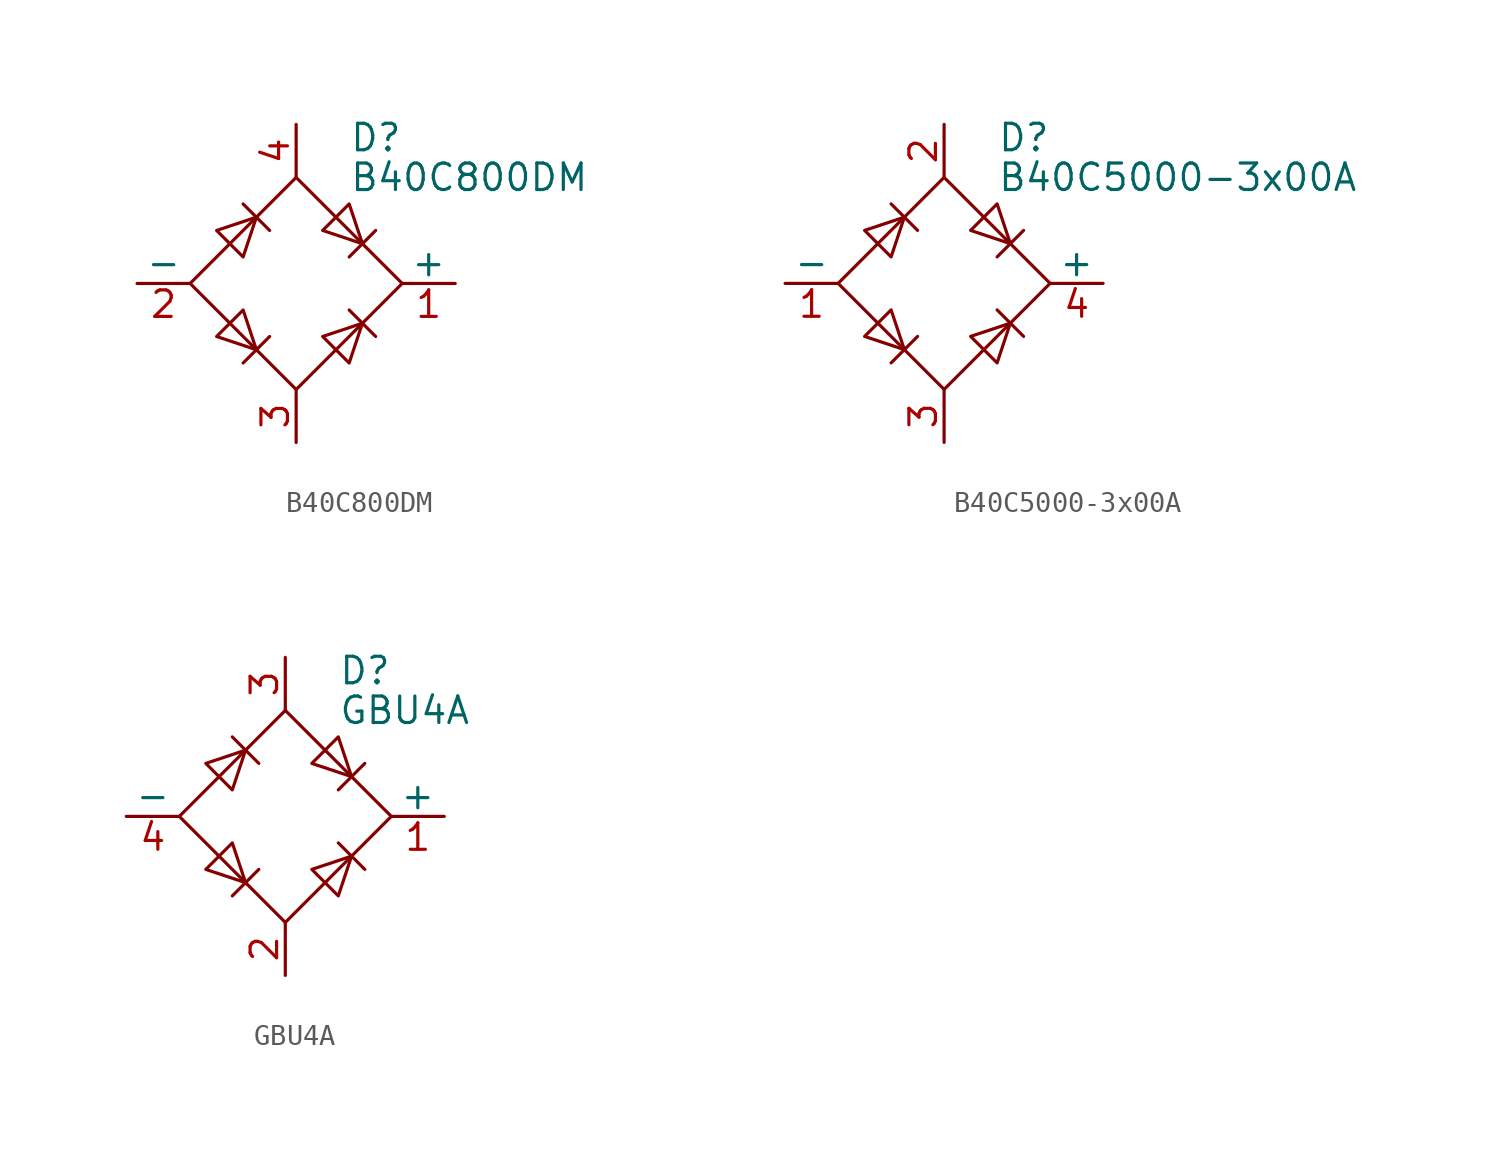
<source format=kicad_sym>
(kicad_symbol_lib
  (version 20201005)
  (generator kicad_symbol_editor)
  (symbol "B40C800DM"
    (pin_names
      (offset 0))
    (property "Reference" "D"
      (at 2.54 6.985 0)
      (effects (font (size 1.27 1.27)) (justify left)))
    (property "Value" "B40C800DM"
      (at 2.54 5.08 0)
      (effects (font (size 1.27 1.27)) (justify left)))
    (symbol "B40C800DM_0_1"
      (polyline (pts (xy -2.54 3.81) (xy -1.27 2.54)) (stroke (width 0)) (fill (type none)))
      (polyline (pts (xy -1.27 -2.54) (xy -2.54 -3.81)) (stroke (width 0)) (fill (type none)))
      (polyline (pts (xy 2.54 -1.27) (xy 3.81 -2.54)) (stroke (width 0)) (fill (type none)))
      (polyline (pts (xy 2.54 1.27) (xy 3.81 2.54)) (stroke (width 0)) (fill (type none)))
      (polyline (pts (xy -3.81 2.54) (xy -2.54 1.27) (xy -1.905 3.175) (xy -3.81 2.54)) (stroke (width 0)) (fill (type none)))
      (polyline (pts (xy -2.54 -1.27) (xy -3.81 -2.54) (xy -1.905 -3.175) (xy -2.54 -1.27)) (stroke (width 0)) (fill (type none)))
      (polyline (pts (xy 1.27 2.54) (xy 2.54 3.81) (xy 3.175 1.905) (xy 1.27 2.54)) (stroke (width 0)) (fill (type none)))
      (polyline (pts (xy 3.175 -1.905) (xy 1.27 -2.54) (xy 2.54 -3.81) (xy 3.175 -1.905)) (stroke (width 0)) (fill (type none)))
      (polyline (pts (xy -5.08 0) (xy 0 -5.08) (xy 5.08 0) (xy 0 5.08) (xy -5.08 0)) (stroke (width 0)) (fill (type none))))
    (symbol "B40C800DM_1_1"
      (pin passive line (at 7.62 0 180) (length 2.54) (name "+" (effects (font (size 1.27 1.27)))) (number "1" (effects (font (size 1.27 1.27)))))
      (pin passive line (at -7.62 0 0) (length 2.54) (name "-" (effects (font (size 1.27 1.27)))) (number "2" (effects (font (size 1.27 1.27)))))
      (pin passive line (at 0 -7.62 90) (length 2.54) (name "~~" (effects (font (size 1.27 1.27)))) (number "3" (effects (font (size 1.27 1.27)))))
      (pin passive line (at 0 7.62 270) (length 2.54) (name "~~" (effects (font (size 1.27 1.27)))) (number "4" (effects (font (size 1.27 1.27)))))))
  (symbol "B40C5000-3x00A"
    (pin_names
      (offset 0))
    (property "Reference" "D"
      (at 2.54 6.985 0)
      (effects (font (size 1.27 1.27)) (justify left)))
    (property "Value" "B40C5000-3x00A"
      (at 2.54 5.08 0)
      (effects (font (size 1.27 1.27)) (justify left)))
    (symbol "B40C5000-3x00A_0_1"
      (polyline (pts (xy -2.54 3.81) (xy -1.27 2.54)) (stroke (width 0)) (fill (type none)))
      (polyline (pts (xy -1.27 -2.54) (xy -2.54 -3.81)) (stroke (width 0)) (fill (type none)))
      (polyline (pts (xy 2.54 -1.27) (xy 3.81 -2.54)) (stroke (width 0)) (fill (type none)))
      (polyline (pts (xy 2.54 1.27) (xy 3.81 2.54)) (stroke (width 0)) (fill (type none)))
      (polyline (pts (xy -3.81 2.54) (xy -2.54 1.27) (xy -1.905 3.175) (xy -3.81 2.54)) (stroke (width 0)) (fill (type none)))
      (polyline (pts (xy -2.54 -1.27) (xy -3.81 -2.54) (xy -1.905 -3.175) (xy -2.54 -1.27)) (stroke (width 0)) (fill (type none)))
      (polyline (pts (xy 1.27 2.54) (xy 2.54 3.81) (xy 3.175 1.905) (xy 1.27 2.54)) (stroke (width 0)) (fill (type none)))
      (polyline (pts (xy 3.175 -1.905) (xy 1.27 -2.54) (xy 2.54 -3.81) (xy 3.175 -1.905)) (stroke (width 0)) (fill (type none)))
      (polyline (pts (xy -5.08 0) (xy 0 -5.08) (xy 5.08 0) (xy 0 5.08) (xy -5.08 0)) (stroke (width 0)) (fill (type none))))
    (symbol "B40C5000-3x00A_1_1"
      (pin passive line (at -7.62 0 0) (length 2.54) (name "-" (effects (font (size 1.27 1.27)))) (number "1" (effects (font (size 1.27 1.27)))))
      (pin passive line (at 0 7.62 270) (length 2.54) (name "~~" (effects (font (size 1.27 1.27)))) (number "2" (effects (font (size 1.27 1.27)))))
      (pin passive line (at 0 -7.62 90) (length 2.54) (name "~~" (effects (font (size 1.27 1.27)))) (number "3" (effects (font (size 1.27 1.27)))))
      (pin passive line (at 7.62 0 180) (length 2.54) (name "+" (effects (font (size 1.27 1.27)))) (number "4" (effects (font (size 1.27 1.27)))))))
  (symbol "GBU4A"
    (pin_names
      (offset 0))
    (property "Reference" "D"
      (at 2.54 6.985 0)
      (effects (font (size 1.27 1.27)) (justify left)))
    (property "Value" "GBU4A"
      (at 2.54 5.08 0)
      (effects (font (size 1.27 1.27)) (justify left)))
    (symbol "GBU4A_0_1"
      (polyline (pts (xy -2.54 3.81) (xy -1.27 2.54)) (stroke (width 0)) (fill (type none)))
      (polyline (pts (xy -1.27 -2.54) (xy -2.54 -3.81)) (stroke (width 0)) (fill (type none)))
      (polyline (pts (xy 2.54 -1.27) (xy 3.81 -2.54)) (stroke (width 0)) (fill (type none)))
      (polyline (pts (xy 2.54 1.27) (xy 3.81 2.54)) (stroke (width 0)) (fill (type none)))
      (polyline (pts (xy -3.81 2.54) (xy -2.54 1.27) (xy -1.905 3.175) (xy -3.81 2.54)) (stroke (width 0)) (fill (type none)))
      (polyline (pts (xy -2.54 -1.27) (xy -3.81 -2.54) (xy -1.905 -3.175) (xy -2.54 -1.27)) (stroke (width 0)) (fill (type none)))
      (polyline (pts (xy 1.27 2.54) (xy 2.54 3.81) (xy 3.175 1.905) (xy 1.27 2.54)) (stroke (width 0)) (fill (type none)))
      (polyline (pts (xy 3.175 -1.905) (xy 1.27 -2.54) (xy 2.54 -3.81) (xy 3.175 -1.905)) (stroke (width 0)) (fill (type none)))
      (polyline (pts (xy -5.08 0) (xy 0 -5.08) (xy 5.08 0) (xy 0 5.08) (xy -5.08 0)) (stroke (width 0)) (fill (type none))))
    (symbol "GBU4A_1_1"
      (pin passive line (at 7.62 0 180) (length 2.54) (name "+" (effects (font (size 1.27 1.27)))) (number "1" (effects (font (size 1.27 1.27)))))
      (pin passive line (at 0 -7.62 90) (length 2.54) (name "~~" (effects (font (size 1.27 1.27)))) (number "2" (effects (font (size 1.27 1.27)))))
      (pin passive line (at 0 7.62 270) (length 2.54) (name "~~" (effects (font (size 1.27 1.27)))) (number "3" (effects (font (size 1.27 1.27)))))
      (pin passive line (at -7.62 0 0) (length 2.54) (name "-" (effects (font (size 1.27 1.27)))) (number "4" (effects (font (size 1.27 1.27))))))))
</source>
